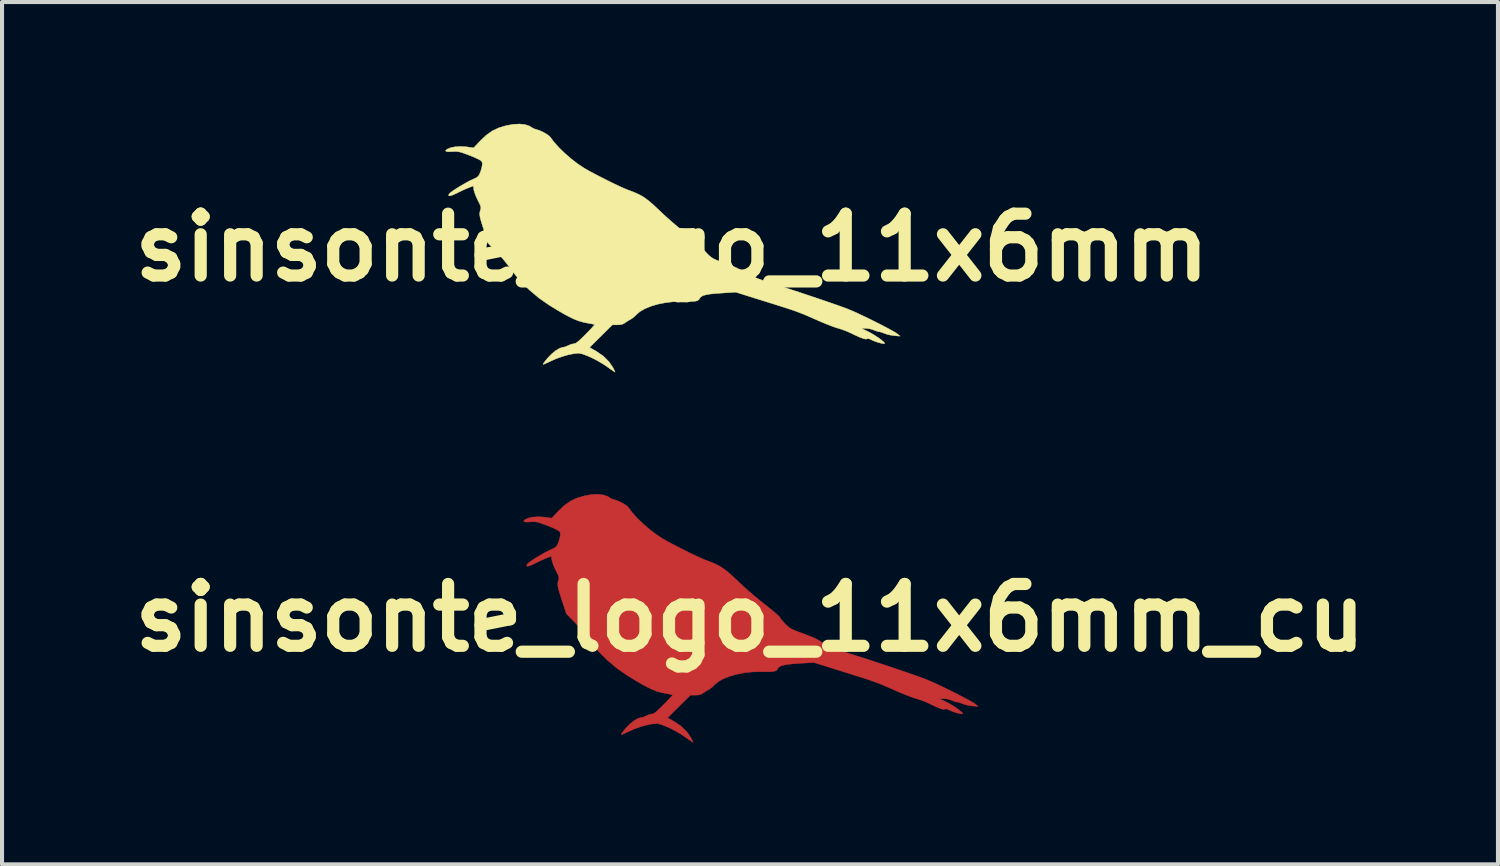
<source format=kicad_pcb>
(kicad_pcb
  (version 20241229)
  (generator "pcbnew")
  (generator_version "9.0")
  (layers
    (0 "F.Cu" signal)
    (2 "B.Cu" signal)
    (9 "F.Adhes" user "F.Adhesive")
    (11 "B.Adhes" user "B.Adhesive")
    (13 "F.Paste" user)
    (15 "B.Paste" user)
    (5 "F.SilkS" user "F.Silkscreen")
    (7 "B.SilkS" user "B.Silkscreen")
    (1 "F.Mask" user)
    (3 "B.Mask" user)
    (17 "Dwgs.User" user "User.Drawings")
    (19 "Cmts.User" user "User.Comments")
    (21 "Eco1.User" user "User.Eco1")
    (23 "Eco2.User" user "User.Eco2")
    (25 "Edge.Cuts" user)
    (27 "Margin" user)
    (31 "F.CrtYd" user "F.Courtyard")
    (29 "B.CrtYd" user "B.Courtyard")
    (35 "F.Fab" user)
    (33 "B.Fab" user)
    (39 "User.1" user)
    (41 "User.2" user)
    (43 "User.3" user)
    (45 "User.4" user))
  (footprint "sinsonte_logo_11x6mm"
    (layer "F.Cu")
    (at 13.506 3.049)
    (property "Reference" "sinsonte_logo_11x6mm" (at 0 0 0) (layer "F.SilkS") (effects (font (size 1.524 1.524) (thickness 0.3))))
    (attr through_hole)
    (fp_poly (pts (xy -3.617 -3.029) (xy -3.507 -2.992) (xy -3.451 -2.955) (xy -3.408 -2.931) (xy -3.349 -2.911) (xy -3.344 -2.91) (xy -3.27 -2.887) (xy -3.185 -2.849) (xy -3.102 -2.803) (xy -3.034 -2.756) (xy -2.995 -2.717) (xy -2.901 -2.592) (xy -2.777 -2.455) (xy -2.632 -2.315) (xy -2.475 -2.18) (xy -2.315 -2.057) (xy -2.159 -1.954) (xy -2.148 -1.948) (xy -2.044 -1.888) (xy -1.916 -1.82) (xy -1.774 -1.746) (xy -1.624 -1.67) (xy -1.476 -1.596) (xy -1.336 -1.529) (xy -1.212 -1.472) (xy -1.113 -1.43) (xy -1.069 -1.413) (xy -0.942 -1.365) (xy -0.835 -1.318) (xy -0.739 -1.268) (xy -0.648 -1.208) (xy -0.553 -1.135) (xy -0.448 -1.043) (xy -0.323 -0.926) (xy -0.278 -0.883) (xy -0.164 -0.776) (xy -0.027 -0.654) (xy 0.119 -0.529) (xy 0.262 -0.411) (xy 0.365 -0.329) (xy 0.471 -0.246) (xy 0.566 -0.168) (xy 0.644 -0.102) (xy 0.7 -0.051) (xy 0.73 -0.02) (xy 0.732 -0.015) (xy 0.753 0.018) (xy 0.795 0.071) (xy 0.852 0.133) (xy 0.867 0.149) (xy 0.919 0.2) (xy 0.966 0.239) (xy 1.016 0.271) (xy 1.079 0.302) (xy 1.165 0.336) (xy 1.262 0.372) (xy 1.408 0.426) (xy 1.522 0.471) (xy 1.613 0.512) (xy 1.688 0.551) (xy 1.757 0.594) (xy 1.789 0.615) (xy 1.857 0.655) (xy 1.96 0.703) (xy 2.092 0.756) (xy 2.244 0.813) (xy 2.412 0.87) (xy 2.567 0.919) (xy 2.692 0.958) (xy 2.843 1.006) (xy 3.014 1.062) (xy 3.199 1.123) (xy 3.39 1.187) (xy 3.582 1.251) (xy 3.768 1.315) (xy 3.941 1.374) (xy 4.095 1.428) (xy 4.223 1.474) (xy 4.32 1.51) (xy 4.339 1.518) (xy 4.433 1.557) (xy 4.549 1.608) (xy 4.68 1.67) (xy 4.821 1.737) (xy 4.966 1.809) (xy 5.108 1.88) (xy 5.241 1.949) (xy 5.359 2.011) (xy 5.455 2.065) (xy 5.525 2.106) (xy 5.556 2.129) (xy 5.62 2.183) (xy 5.481 2.172) (xy 5.389 2.159) (xy 5.295 2.137) (xy 5.242 2.118) (xy 5.176 2.093) (xy 5.121 2.077) (xy 5.102 2.074) (xy 5.06 2.066) (xy 4.999 2.045) (xy 4.971 2.032) (xy 4.878 2.003) (xy 4.778 1.991) (xy 4.773 1.991) (xy 4.667 1.992) (xy 4.837 2.073) (xy 4.914 2.114) (xy 4.996 2.164) (xy 5.077 2.217) (xy 5.149 2.269) (xy 5.205 2.315) (xy 5.238 2.349) (xy 5.242 2.364) (xy 5.213 2.368) (xy 5.157 2.358) (xy 5.085 2.34) (xy 5.01 2.315) (xy 4.942 2.288) (xy 4.918 2.276) (xy 4.852 2.246) (xy 4.814 2.245) (xy 4.808 2.249) (xy 4.775 2.257) (xy 4.712 2.242) (xy 4.617 2.206) (xy 4.489 2.148) (xy 4.416 2.112) (xy 4.315 2.066) (xy 4.204 2.024) (xy 4.105 1.992) (xy 4.096 1.99) (xy 4.025 1.968) (xy 3.926 1.932) (xy 3.808 1.886) (xy 3.681 1.834) (xy 3.585 1.792) (xy 3.465 1.739) (xy 3.362 1.694) (xy 3.272 1.655) (xy 3.187 1.621) (xy 3.103 1.589) (xy 3.013 1.556) (xy 2.912 1.522) (xy 2.793 1.483) (xy 2.651 1.438) (xy 2.48 1.384) (xy 2.283 1.323) (xy 1.572 1.1) (xy 1.236 1.121) (xy 1.067 1.133) (xy 0.935 1.147) (xy 0.836 1.164) (xy 0.765 1.185) (xy 0.717 1.211) (xy 0.688 1.243) (xy 0.682 1.254) (xy 0.663 1.284) (xy 0.635 1.305) (xy 0.592 1.319) (xy 0.528 1.327) (xy 0.436 1.33) (xy 0.31 1.329) (xy 0.254 1.328) (xy 0.053 1.333) (xy -0.147 1.356) (xy -0.337 1.393) (xy -0.512 1.444) (xy -0.665 1.506) (xy -0.789 1.577) (xy -0.875 1.652) (xy -0.933 1.709) (xy -0.997 1.756) (xy -1.016 1.767) (xy -1.086 1.807) (xy -1.155 1.852) (xy -1.157 1.855) (xy -1.213 1.887) (xy -1.277 1.902) (xy -1.346 1.905) (xy -1.468 1.905) (xy -2.03 2.462) (xy -1.867 2.554) (xy -1.692 2.674) (xy -1.549 2.817) (xy -1.454 2.959) (xy -1.424 3.017) (xy -1.406 3.057) (xy -1.403 3.069) (xy -1.423 3.058) (xy -1.469 3.026) (xy -1.536 2.98) (xy -1.606 2.93) (xy -1.717 2.857) (xy -1.839 2.786) (xy -1.964 2.722) (xy -2.084 2.668) (xy -2.19 2.628) (xy -2.274 2.607) (xy -2.305 2.604) (xy -2.419 2.615) (xy -2.557 2.643) (xy -2.709 2.687) (xy -2.861 2.742) (xy -2.977 2.793) (xy -3.071 2.837) (xy -3.132 2.865) (xy -3.166 2.877) (xy -3.176 2.874) (xy -3.169 2.858) (xy -3.154 2.836) (xy -3.062 2.721) (xy -2.964 2.621) (xy -2.865 2.54) (xy -2.771 2.483) (xy -2.691 2.457) (xy -2.672 2.455) (xy -2.63 2.446) (xy -2.573 2.422) (xy -2.556 2.413) (xy -2.491 2.386) (xy -2.429 2.371) (xy -2.418 2.371) (xy -2.388 2.364) (xy -2.35 2.343) (xy -2.299 2.303) (xy -2.23 2.239) (xy -2.138 2.149) (xy -2.128 2.139) (xy -2.049 2.058) (xy -1.983 1.989) (xy -1.935 1.936) (xy -1.909 1.904) (xy -1.906 1.898) (xy -1.93 1.891) (xy -1.986 1.879) (xy -2.064 1.864) (xy -2.112 1.856) (xy -2.208 1.835) (xy -2.307 1.805) (xy -2.414 1.763) (xy -2.534 1.705) (xy -2.672 1.631) (xy -2.834 1.536) (xy -3.025 1.419) (xy -3.027 1.418) (xy -3.276 1.245) (xy -3.515 1.043) (xy -3.736 0.822) (xy -3.927 0.592) (xy -3.98 0.517) (xy -4.06 0.41) (xy -4.156 0.29) (xy -4.257 0.175) (xy -4.328 0.099) (xy -4.525 -0.1) (xy -4.633 -0.429) (xy -4.677 -0.565) (xy -4.708 -0.668) (xy -4.728 -0.745) (xy -4.737 -0.804) (xy -4.737 -0.851) (xy -4.729 -0.894) (xy -4.718 -0.929) (xy -4.709 -0.965) (xy -4.71 -1) (xy -4.725 -1.046) (xy -4.756 -1.113) (xy -4.782 -1.163) (xy -4.824 -1.251) (xy -4.858 -1.339) (xy -4.879 -1.409) (xy -4.882 -1.424) (xy -4.894 -1.518) (xy -5.003 -1.477) (xy -5.075 -1.447) (xy -5.167 -1.406) (xy -5.26 -1.361) (xy -5.275 -1.353) (xy -5.383 -1.302) (xy -5.457 -1.275) (xy -5.497 -1.273) (xy -5.503 -1.295) (xy -5.487 -1.325) (xy -5.457 -1.354) (xy -5.398 -1.397) (xy -5.319 -1.45) (xy -5.226 -1.507) (xy -5.129 -1.565) (xy -5.036 -1.617) (xy -4.955 -1.658) (xy -4.928 -1.67) (xy -4.848 -1.707) (xy -4.797 -1.736) (xy -4.765 -1.767) (xy -4.741 -1.809) (xy -4.724 -1.849) (xy -4.697 -1.928) (xy -4.679 -2.005) (xy -4.674 -2.038) (xy -4.675 -2.094) (xy -4.695 -2.13) (xy -4.738 -2.16) (xy -4.787 -2.185) (xy -4.864 -2.22) (xy -4.957 -2.259) (xy -5.034 -2.289) (xy -5.136 -2.326) (xy -5.211 -2.35) (xy -5.271 -2.363) (xy -5.328 -2.367) (xy -5.395 -2.365) (xy -5.413 -2.364) (xy -5.509 -2.36) (xy -5.563 -2.368) (xy -5.578 -2.385) (xy -5.553 -2.413) (xy -5.539 -2.423) (xy -5.456 -2.459) (xy -5.344 -2.482) (xy -5.215 -2.49) (xy -5.079 -2.483) (xy -5.054 -2.48) (xy -4.886 -2.456) (xy -4.719 -2.633) (xy -4.574 -2.77) (xy -4.426 -2.874) (xy -4.266 -2.95) (xy -4.083 -3.005) (xy -3.911 -3.036) (xy -3.753 -3.044) (xy -3.617 -3.029)) (stroke (width 0.01) (type solid)) (fill yes) (layer "F.SilkS")))
  (footprint "sinsonte_logo_11x6mm_cu"
    (layer "F.Cu")
    (at 15.429 12.172)
    (property "Reference" "sinsonte_logo_11x6mm_cu" (at 0 0 0) (layer "F.SilkS") (effects (font (size 1.524 1.524) (thickness 0.3))))
    (attr through_hole)
    (fp_poly (pts (xy -3.617 -3.029) (xy -3.507 -2.992) (xy -3.451 -2.955) (xy -3.408 -2.931) (xy -3.349 -2.911) (xy -3.344 -2.91) (xy -3.27 -2.887) (xy -3.185 -2.849) (xy -3.102 -2.803) (xy -3.034 -2.756) (xy -2.995 -2.717) (xy -2.901 -2.592) (xy -2.777 -2.455) (xy -2.632 -2.315) (xy -2.475 -2.18) (xy -2.315 -2.057) (xy -2.159 -1.954) (xy -2.148 -1.948) (xy -2.044 -1.888) (xy -1.916 -1.82) (xy -1.774 -1.746) (xy -1.624 -1.67) (xy -1.476 -1.596) (xy -1.336 -1.529) (xy -1.212 -1.472) (xy -1.113 -1.43) (xy -1.069 -1.413) (xy -0.942 -1.365) (xy -0.835 -1.318) (xy -0.739 -1.268) (xy -0.648 -1.208) (xy -0.553 -1.135) (xy -0.448 -1.043) (xy -0.323 -0.926) (xy -0.278 -0.883) (xy -0.164 -0.776) (xy -0.027 -0.654) (xy 0.119 -0.529) (xy 0.262 -0.411) (xy 0.365 -0.329) (xy 0.471 -0.246) (xy 0.566 -0.168) (xy 0.644 -0.102) (xy 0.7 -0.051) (xy 0.73 -0.02) (xy 0.732 -0.015) (xy 0.753 0.018) (xy 0.795 0.071) (xy 0.852 0.133) (xy 0.867 0.149) (xy 0.919 0.2) (xy 0.966 0.239) (xy 1.016 0.271) (xy 1.079 0.302) (xy 1.165 0.336) (xy 1.262 0.372) (xy 1.408 0.426) (xy 1.522 0.471) (xy 1.613 0.512) (xy 1.688 0.551) (xy 1.757 0.594) (xy 1.789 0.615) (xy 1.857 0.655) (xy 1.96 0.703) (xy 2.092 0.756) (xy 2.244 0.813) (xy 2.412 0.87) (xy 2.567 0.919) (xy 2.692 0.958) (xy 2.843 1.006) (xy 3.014 1.062) (xy 3.199 1.123) (xy 3.39 1.187) (xy 3.582 1.251) (xy 3.768 1.315) (xy 3.941 1.374) (xy 4.095 1.428) (xy 4.223 1.474) (xy 4.32 1.51) (xy 4.339 1.518) (xy 4.433 1.557) (xy 4.549 1.608) (xy 4.68 1.67) (xy 4.821 1.737) (xy 4.966 1.809) (xy 5.108 1.88) (xy 5.241 1.949) (xy 5.359 2.011) (xy 5.455 2.065) (xy 5.525 2.106) (xy 5.556 2.129) (xy 5.62 2.183) (xy 5.481 2.172) (xy 5.389 2.159) (xy 5.295 2.137) (xy 5.242 2.118) (xy 5.176 2.093) (xy 5.121 2.077) (xy 5.102 2.074) (xy 5.06 2.066) (xy 4.999 2.045) (xy 4.971 2.032) (xy 4.878 2.003) (xy 4.778 1.991) (xy 4.773 1.991) (xy 4.667 1.992) (xy 4.837 2.073) (xy 4.914 2.114) (xy 4.996 2.164) (xy 5.077 2.217) (xy 5.149 2.269) (xy 5.205 2.315) (xy 5.238 2.349) (xy 5.242 2.364) (xy 5.213 2.368) (xy 5.157 2.358) (xy 5.085 2.34) (xy 5.01 2.315) (xy 4.942 2.288) (xy 4.918 2.276) (xy 4.852 2.246) (xy 4.814 2.245) (xy 4.808 2.249) (xy 4.775 2.257) (xy 4.712 2.242) (xy 4.617 2.206) (xy 4.489 2.148) (xy 4.416 2.112) (xy 4.315 2.066) (xy 4.204 2.024) (xy 4.105 1.992) (xy 4.096 1.99) (xy 4.025 1.968) (xy 3.926 1.932) (xy 3.808 1.886) (xy 3.681 1.834) (xy 3.585 1.792) (xy 3.465 1.739) (xy 3.362 1.694) (xy 3.272 1.655) (xy 3.187 1.621) (xy 3.103 1.589) (xy 3.013 1.556) (xy 2.912 1.522) (xy 2.793 1.483) (xy 2.651 1.438) (xy 2.48 1.384) (xy 2.283 1.323) (xy 1.572 1.1) (xy 1.236 1.121) (xy 1.067 1.133) (xy 0.935 1.147) (xy 0.836 1.164) (xy 0.765 1.185) (xy 0.717 1.211) (xy 0.688 1.243) (xy 0.682 1.254) (xy 0.663 1.284) (xy 0.635 1.305) (xy 0.592 1.319) (xy 0.528 1.327) (xy 0.436 1.33) (xy 0.31 1.329) (xy 0.254 1.328) (xy 0.053 1.333) (xy -0.147 1.356) (xy -0.337 1.393) (xy -0.512 1.444) (xy -0.665 1.506) (xy -0.789 1.577) (xy -0.875 1.652) (xy -0.933 1.709) (xy -0.997 1.756) (xy -1.016 1.767) (xy -1.086 1.807) (xy -1.155 1.852) (xy -1.157 1.855) (xy -1.213 1.887) (xy -1.277 1.902) (xy -1.346 1.905) (xy -1.468 1.905) (xy -2.03 2.462) (xy -1.867 2.554) (xy -1.692 2.674) (xy -1.549 2.817) (xy -1.454 2.959) (xy -1.424 3.017) (xy -1.406 3.057) (xy -1.403 3.069) (xy -1.423 3.058) (xy -1.469 3.026) (xy -1.536 2.98) (xy -1.606 2.93) (xy -1.717 2.857) (xy -1.839 2.786) (xy -1.964 2.722) (xy -2.084 2.668) (xy -2.19 2.628) (xy -2.274 2.607) (xy -2.305 2.604) (xy -2.419 2.615) (xy -2.557 2.643) (xy -2.709 2.687) (xy -2.861 2.742) (xy -2.977 2.793) (xy -3.071 2.837) (xy -3.132 2.865) (xy -3.166 2.877) (xy -3.176 2.874) (xy -3.169 2.858) (xy -3.154 2.836) (xy -3.062 2.721) (xy -2.964 2.621) (xy -2.865 2.54) (xy -2.771 2.483) (xy -2.691 2.457) (xy -2.672 2.455) (xy -2.63 2.446) (xy -2.573 2.422) (xy -2.556 2.413) (xy -2.491 2.386) (xy -2.429 2.371) (xy -2.418 2.371) (xy -2.388 2.364) (xy -2.35 2.343) (xy -2.299 2.303) (xy -2.23 2.239) (xy -2.138 2.149) (xy -2.128 2.139) (xy -2.049 2.058) (xy -1.983 1.989) (xy -1.935 1.936) (xy -1.909 1.904) (xy -1.906 1.898) (xy -1.93 1.891) (xy -1.986 1.879) (xy -2.064 1.864) (xy -2.112 1.856) (xy -2.208 1.835) (xy -2.307 1.805) (xy -2.414 1.763) (xy -2.534 1.705) (xy -2.672 1.631) (xy -2.834 1.536) (xy -3.025 1.419) (xy -3.027 1.418) (xy -3.276 1.245) (xy -3.515 1.043) (xy -3.736 0.822) (xy -3.927 0.592) (xy -3.98 0.517) (xy -4.06 0.41) (xy -4.156 0.29) (xy -4.257 0.175) (xy -4.328 0.099) (xy -4.525 -0.1) (xy -4.633 -0.429) (xy -4.677 -0.565) (xy -4.708 -0.668) (xy -4.728 -0.745) (xy -4.737 -0.804) (xy -4.737 -0.851) (xy -4.729 -0.894) (xy -4.718 -0.929) (xy -4.709 -0.965) (xy -4.71 -1) (xy -4.725 -1.046) (xy -4.756 -1.113) (xy -4.782 -1.163) (xy -4.824 -1.251) (xy -4.858 -1.339) (xy -4.879 -1.409) (xy -4.882 -1.424) (xy -4.894 -1.518) (xy -5.003 -1.477) (xy -5.075 -1.447) (xy -5.167 -1.406) (xy -5.26 -1.361) (xy -5.275 -1.353) (xy -5.383 -1.302) (xy -5.457 -1.275) (xy -5.497 -1.273) (xy -5.503 -1.295) (xy -5.487 -1.325) (xy -5.457 -1.354) (xy -5.398 -1.397) (xy -5.319 -1.45) (xy -5.226 -1.507) (xy -5.129 -1.565) (xy -5.036 -1.617) (xy -4.955 -1.658) (xy -4.928 -1.67) (xy -4.848 -1.707) (xy -4.797 -1.736) (xy -4.765 -1.767) (xy -4.741 -1.809) (xy -4.724 -1.849) (xy -4.697 -1.928) (xy -4.679 -2.005) (xy -4.674 -2.038) (xy -4.675 -2.094) (xy -4.695 -2.13) (xy -4.738 -2.16) (xy -4.787 -2.185) (xy -4.864 -2.22) (xy -4.957 -2.259) (xy -5.034 -2.289) (xy -5.136 -2.326) (xy -5.211 -2.35) (xy -5.271 -2.363) (xy -5.328 -2.367) (xy -5.395 -2.365) (xy -5.413 -2.364) (xy -5.509 -2.36) (xy -5.563 -2.368) (xy -5.578 -2.385) (xy -5.553 -2.413) (xy -5.539 -2.423) (xy -5.456 -2.459) (xy -5.344 -2.482) (xy -5.215 -2.49) (xy -5.079 -2.483) (xy -5.054 -2.48) (xy -4.886 -2.456) (xy -4.719 -2.633) (xy -4.574 -2.77) (xy -4.426 -2.874) (xy -4.266 -2.95) (xy -4.083 -3.005) (xy -3.911 -3.036) (xy -3.753 -3.044) (xy -3.617 -3.029)) (stroke (width 0.01) (type solid)) (fill yes) (layer "F.Cu")))
  (gr_rect
    (start -3 -3)
    (end 33.857 18.246)
    (stroke (width 0.1) (type default))
    (fill no)
    (layer "Edge.Cuts")))
</source>
